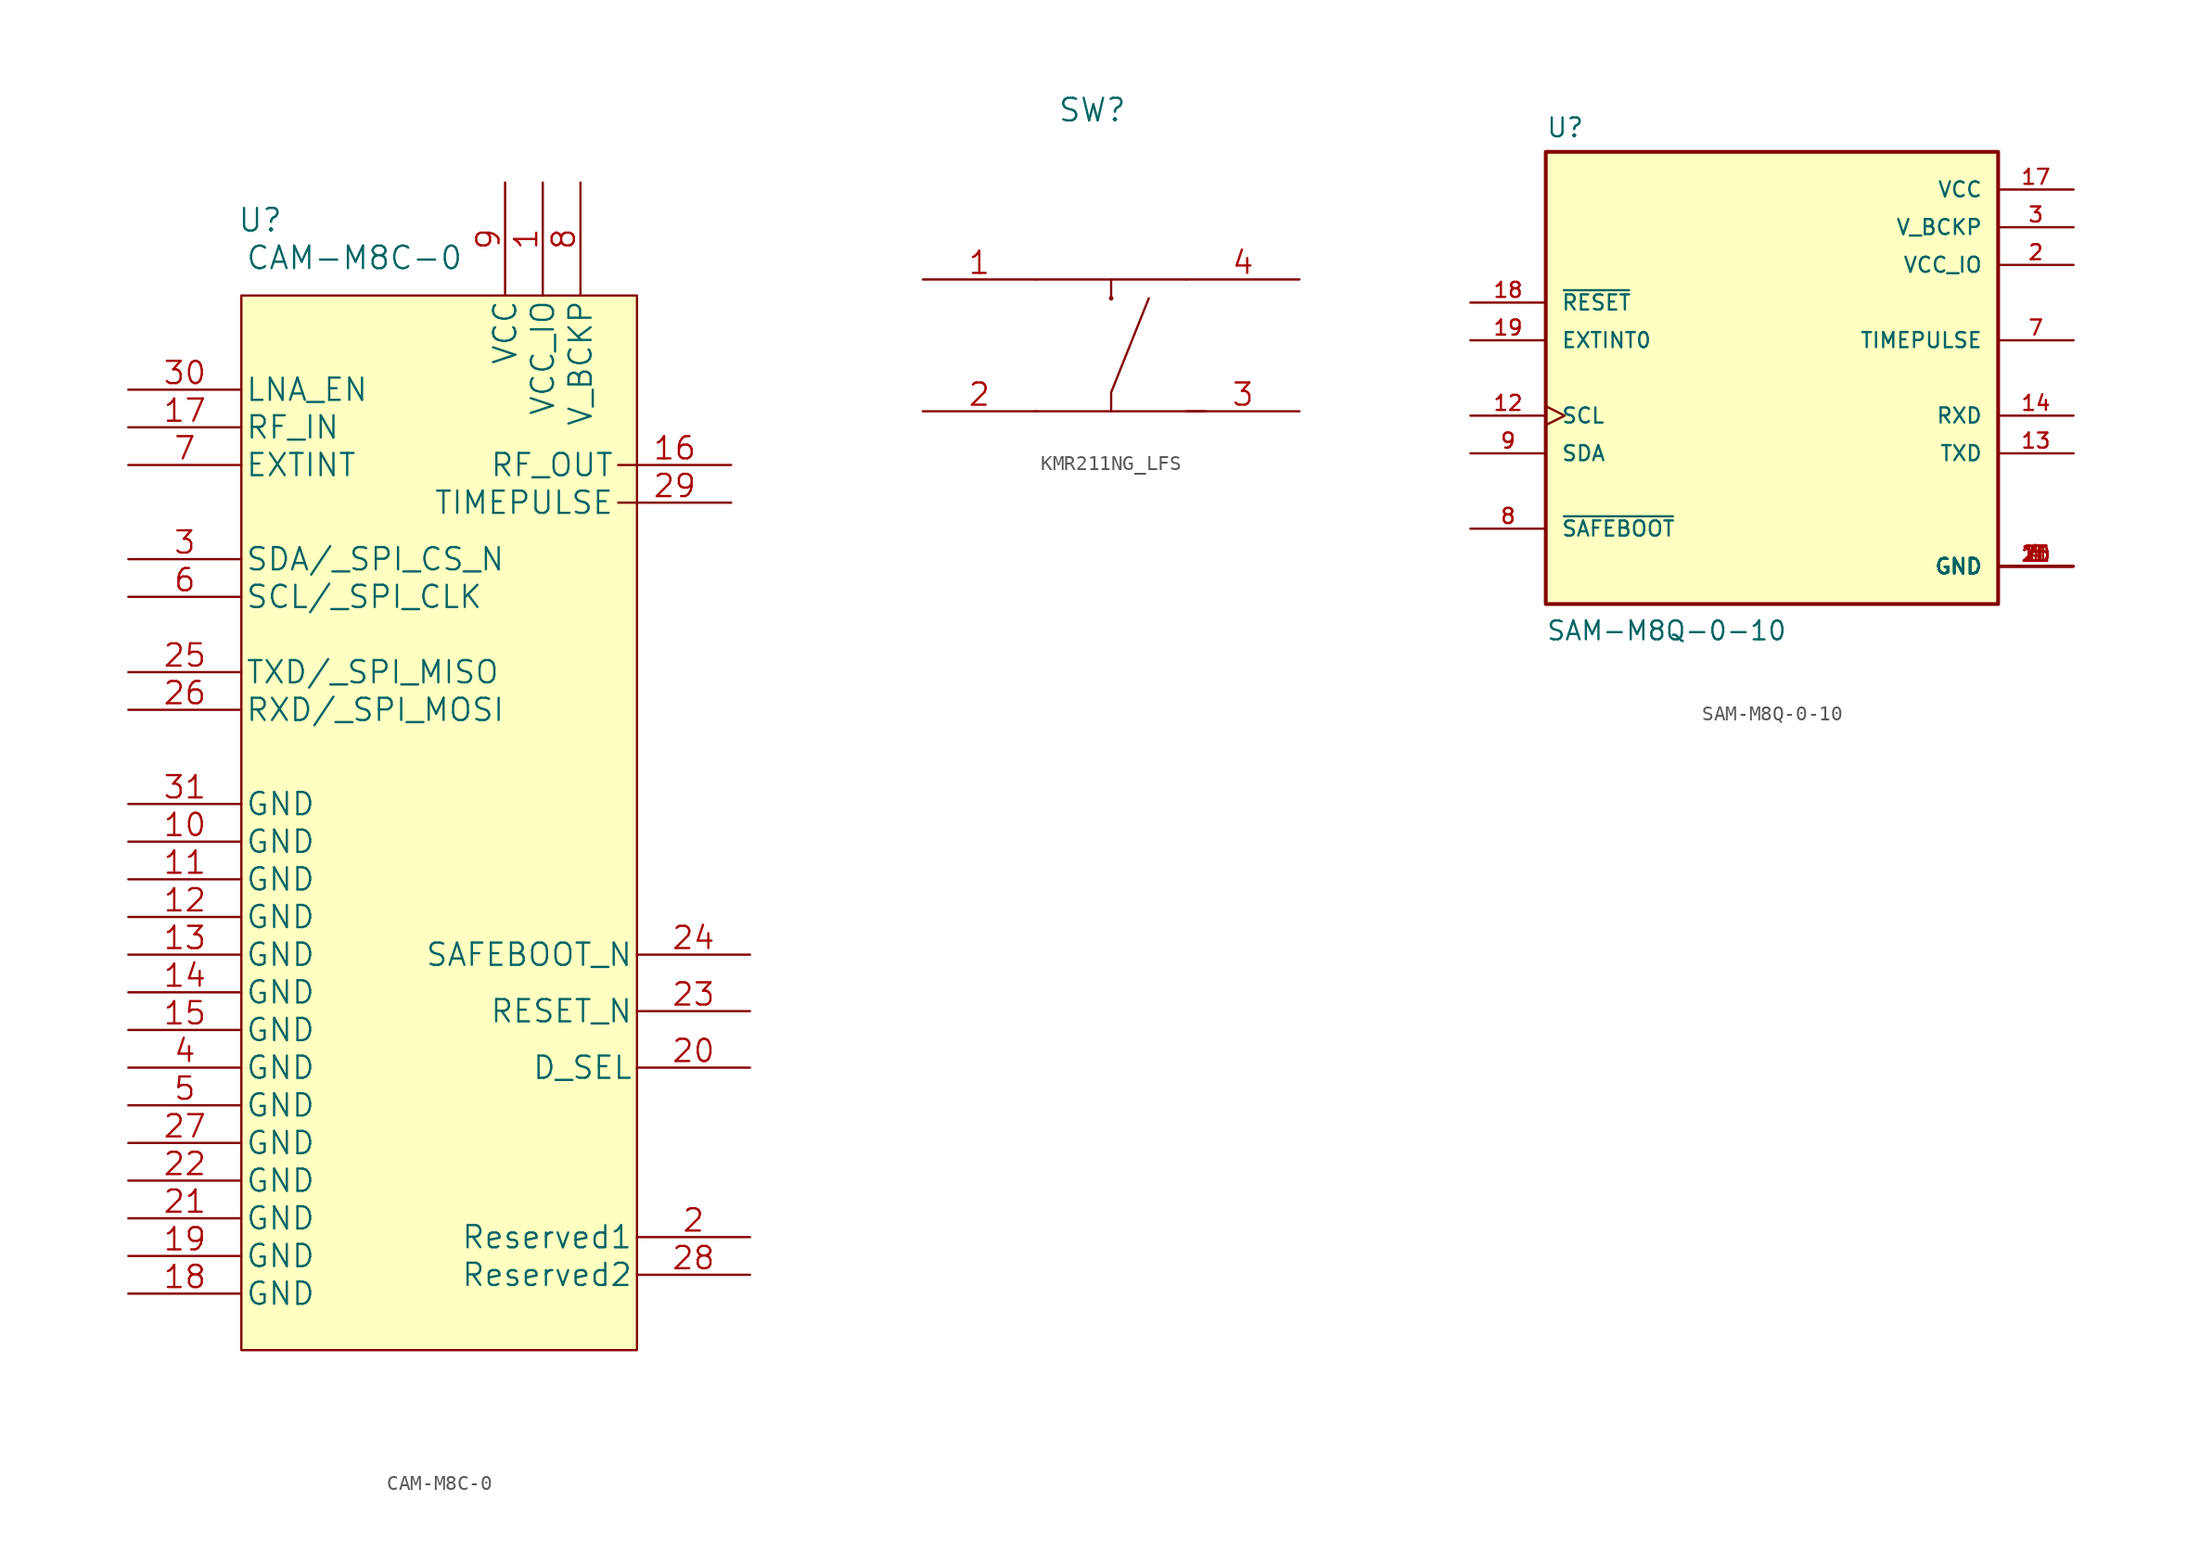
<source format=kicad_sym>
(kicad_symbol_lib
  (version 20211014)
  (generator kicad_symbol_editor)
  (symbol "CAM-M8C-0"
    (pin_names
      (offset 0.254))
    (property "Reference" "U"
      (at 1.27 5.08 0)
      (effects (font (size 1.524 1.524))))
    (property "Value" "CAM-M8C-0"
      (at 7.62 2.54 0)
      (effects (font (size 1.524 1.524))))
    (property "Datasheet" ""
      (at -7.62 -3.81 0)
      (effects (font (size 1.524 1.524))))
    (property "ki_locked" ""
      (at 0 0 0)
      (effects (font (size 1.27 1.27))))
    (symbol "CAM-M8C-0_1_1"
      (rectangle (start 0 0) (end 26.67 -71.12) (stroke (width 0.152) (type default) (color 0 0 0 0)) (fill (type background)))
      (pin power_in line (at 20.32 7.62 270) (length 7.62) (name "VCC_IO" (effects (font (size 1.499 1.499)))) (number "1" (effects (font (size 1.499 1.499)))))
      (pin power_in line (at -7.62 -36.83 0) (length 7.62) (name "GND" (effects (font (size 1.499 1.499)))) (number "10" (effects (font (size 1.499 1.499)))))
      (pin power_in line (at -7.62 -39.37 0) (length 7.62) (name "GND" (effects (font (size 1.499 1.499)))) (number "11" (effects (font (size 1.499 1.499)))))
      (pin power_in line (at -7.62 -41.91 0) (length 7.62) (name "GND" (effects (font (size 1.499 1.499)))) (number "12" (effects (font (size 1.499 1.499)))))
      (pin power_in line (at -7.62 -44.45 0) (length 7.62) (name "GND" (effects (font (size 1.499 1.499)))) (number "13" (effects (font (size 1.499 1.499)))))
      (pin power_in line (at -7.62 -46.99 0) (length 7.62) (name "GND" (effects (font (size 1.499 1.499)))) (number "14" (effects (font (size 1.499 1.499)))))
      (pin power_in line (at -7.62 -49.53 0) (length 7.62) (name "GND" (effects (font (size 1.499 1.499)))) (number "15" (effects (font (size 1.499 1.499)))))
      (pin output line (at 33.02 -11.43 180) (length 7.62) (name "RF_OUT" (effects (font (size 1.499 1.499)))) (number "16" (effects (font (size 1.499 1.499)))))
      (pin input line (at -7.62 -8.89 0) (length 7.62) (name "RF_IN" (effects (font (size 1.499 1.499)))) (number "17" (effects (font (size 1.499 1.499)))))
      (pin power_in line (at -7.62 -67.31 0) (length 7.62) (name "GND" (effects (font (size 1.499 1.499)))) (number "18" (effects (font (size 1.499 1.499)))))
      (pin power_in line (at -7.62 -64.77 0) (length 7.62) (name "GND" (effects (font (size 1.499 1.499)))) (number "19" (effects (font (size 1.499 1.499)))))
      (pin unspecified line (at 34.29 -63.5 180) (length 7.62) (name "Reserved1" (effects (font (size 1.499 1.499)))) (number "2" (effects (font (size 1.499 1.499)))))
      (pin unspecified line (at 34.29 -52.07 180) (length 7.62) (name "D_SEL" (effects (font (size 1.499 1.499)))) (number "20" (effects (font (size 1.499 1.499)))))
      (pin power_in line (at -7.62 -62.23 0) (length 7.62) (name "GND" (effects (font (size 1.499 1.499)))) (number "21" (effects (font (size 1.499 1.499)))))
      (pin power_in line (at -7.62 -59.69 0) (length 7.62) (name "GND" (effects (font (size 1.499 1.499)))) (number "22" (effects (font (size 1.499 1.499)))))
      (pin unspecified line (at 34.29 -48.26 180) (length 7.62) (name "RESET_N" (effects (font (size 1.499 1.499)))) (number "23" (effects (font (size 1.499 1.499)))))
      (pin unspecified line (at 34.29 -44.45 180) (length 7.62) (name "SAFEBOOT_N" (effects (font (size 1.499 1.499)))) (number "24" (effects (font (size 1.499 1.499)))))
      (pin output line (at -7.62 -25.4 0) (length 7.62) (name "TXD/_SPI_MISO" (effects (font (size 1.499 1.499)))) (number "25" (effects (font (size 1.499 1.499)))))
      (pin input line (at -7.62 -27.94 0) (length 7.62) (name "RXD/_SPI_MOSI" (effects (font (size 1.499 1.499)))) (number "26" (effects (font (size 1.499 1.499)))))
      (pin power_in line (at -7.62 -57.15 0) (length 7.62) (name "GND" (effects (font (size 1.499 1.499)))) (number "27" (effects (font (size 1.499 1.499)))))
      (pin unspecified line (at 34.29 -66.04 180) (length 7.62) (name "Reserved2" (effects (font (size 1.499 1.499)))) (number "28" (effects (font (size 1.499 1.499)))))
      (pin output line (at 33.02 -13.97 180) (length 7.62) (name "TIMEPULSE" (effects (font (size 1.499 1.499)))) (number "29" (effects (font (size 1.499 1.499)))))
      (pin bidirectional line (at -7.62 -17.78 0) (length 7.62) (name "SDA/_SPI_CS_N" (effects (font (size 1.499 1.499)))) (number "3" (effects (font (size 1.499 1.499)))))
      (pin unspecified line (at -7.62 -6.35 0) (length 7.62) (name "LNA_EN" (effects (font (size 1.499 1.499)))) (number "30" (effects (font (size 1.499 1.499)))))
      (pin power_in line (at -7.62 -34.29 0) (length 7.62) (name "GND" (effects (font (size 1.499 1.499)))) (number "31" (effects (font (size 1.499 1.499)))))
      (pin power_in line (at -7.62 -52.07 0) (length 7.62) (name "GND" (effects (font (size 1.499 1.499)))) (number "4" (effects (font (size 1.499 1.499)))))
      (pin power_in line (at -7.62 -54.61 0) (length 7.62) (name "GND" (effects (font (size 1.499 1.499)))) (number "5" (effects (font (size 1.499 1.499)))))
      (pin input line (at -7.62 -20.32 0) (length 7.62) (name "SCL/_SPI_CLK" (effects (font (size 1.499 1.499)))) (number "6" (effects (font (size 1.499 1.499)))))
      (pin input line (at -7.62 -11.43 0) (length 7.62) (name "EXTINT" (effects (font (size 1.499 1.499)))) (number "7" (effects (font (size 1.499 1.499)))))
      (pin power_in line (at 22.86 7.62 270) (length 7.62) (name "V_BCKP" (effects (font (size 1.499 1.499)))) (number "8" (effects (font (size 1.499 1.499)))))
      (pin power_in line (at 17.78 7.62 270) (length 7.62) (name "VCC" (effects (font (size 1.499 1.499)))) (number "9" (effects (font (size 1.499 1.499)))))))
  (symbol "KMR211NG_LFS"
    (pin_names
      (offset 0) hide)
    (property "Reference" "SW"
      (at -1.27 15.24 0)
      (effects (font (size 1.524 1.524))))
    (symbol "KMR211NG_LFS_0_1"
      (polyline (pts (xy -5.08 -5.08) (xy 6.35 -5.08)) (stroke (width 0.152) (type default) (color 0 0 0 0)) (fill (type none)))
      (polyline (pts (xy 0 3.81) (xy 0 2.54)) (stroke (width 0.152) (type default) (color 0 0 0 0)) (fill (type none)))
      (polyline (pts (xy 5.08 3.81) (xy -5.08 3.81)) (stroke (width 0.152) (type default) (color 0 0 0 0)) (fill (type none)))
      (polyline (pts (xy 0 -5.08) (xy 0 -3.81) (xy 2.54 2.54)) (stroke (width 0.152) (type default) (color 0 0 0 0)) (fill (type none)))
      (circle (center 0 2.54) (radius 0.0001) (stroke (width 0.152) (type default) (color 0 0 0 0)) (fill (type none))))
    (symbol "KMR211NG_LFS_1_1"
      (pin unspecified line (at -12.7 3.81 0) (length 7.62) (name "1" (effects (font (size 1.499 1.499)))) (number "1" (effects (font (size 1.499 1.499)))))
      (pin unspecified line (at -12.7 -5.08 0) (length 7.62) (name "2" (effects (font (size 1.499 1.499)))) (number "2" (effects (font (size 1.499 1.499)))))
      (pin unspecified line (at 12.7 -5.08 180) (length 7.62) (name "3" (effects (font (size 1.499 1.499)))) (number "3" (effects (font (size 1.499 1.499)))))
      (pin unspecified line (at 12.7 3.81 180) (length 7.62) (name "4" (effects (font (size 1.499 1.499)))) (number "4" (effects (font (size 1.499 1.499)))))))
  (symbol "SAM-M8Q-0-10"
    (pin_names
      (offset 1.016))
    (property "Reference" "U"
      (at -15.24 16.129 0)
      (effects (font (size 1.27 1.27)) (justify left bottom)))
    (property "Value" "SAM-M8Q-0-10"
      (at -15.24 -17.78 0)
      (effects (font (size 1.27 1.27)) (justify left bottom)))
    (property "ki_locked" ""
      (at 0 0 0)
      (effects (font (size 1.27 1.27))))
    (symbol "SAM-M8Q-0-10_0_0"
      (rectangle (start -15.24 -15.24) (end 15.24 15.24) (stroke (width 0.254) (type default) (color 0 0 0 0)) (fill (type background)))
      (pin power_in line (at 20.32 -12.7 180) (length 5.08) (name "GND" (effects (font (size 1.016 1.016)))) (number "1" (effects (font (size 1.016 1.016)))))
      (pin power_in line (at 20.32 -12.7 180) (length 5.08) (name "GND" (effects (font (size 1.016 1.016)))) (number "10" (effects (font (size 1.016 1.016)))))
      (pin power_in line (at 20.32 -12.7 180) (length 5.08) (name "GND" (effects (font (size 1.016 1.016)))) (number "11" (effects (font (size 1.016 1.016)))))
      (pin input clock (at -20.32 -2.54 0) (length 5.08) (name "SCL" (effects (font (size 1.016 1.016)))) (number "12" (effects (font (size 1.016 1.016)))))
      (pin output line (at 20.32 -5.08 180) (length 5.08) (name "TXD" (effects (font (size 1.016 1.016)))) (number "13" (effects (font (size 1.016 1.016)))))
      (pin input line (at 20.32 -2.54 180) (length 5.08) (name "RXD" (effects (font (size 1.016 1.016)))) (number "14" (effects (font (size 1.016 1.016)))))
      (pin power_in line (at 20.32 -12.7 180) (length 5.08) (name "GND" (effects (font (size 1.016 1.016)))) (number "15" (effects (font (size 1.016 1.016)))))
      (pin power_in line (at 20.32 -12.7 180) (length 5.08) (name "GND" (effects (font (size 1.016 1.016)))) (number "16" (effects (font (size 1.016 1.016)))))
      (pin power_in line (at 20.32 12.7 180) (length 5.08) (name "VCC" (effects (font (size 1.016 1.016)))) (number "17" (effects (font (size 1.016 1.016)))))
      (pin input line (at -20.32 5.08 0) (length 5.08) (name "~{RESET}" (effects (font (size 1.016 1.016)))) (number "18" (effects (font (size 1.016 1.016)))))
      (pin input line (at -20.32 2.54 0) (length 5.08) (name "EXTINT0" (effects (font (size 1.016 1.016)))) (number "19" (effects (font (size 1.016 1.016)))))
      (pin power_in line (at 20.32 7.62 180) (length 5.08) (name "VCC_IO" (effects (font (size 1.016 1.016)))) (number "2" (effects (font (size 1.016 1.016)))))
      (pin power_in line (at 20.32 -12.7 180) (length 5.08) (name "GND" (effects (font (size 1.016 1.016)))) (number "20" (effects (font (size 1.016 1.016)))))
      (pin power_in line (at 20.32 10.16 180) (length 5.08) (name "V_BCKP" (effects (font (size 1.016 1.016)))) (number "3" (effects (font (size 1.016 1.016)))))
      (pin power_in line (at 20.32 -12.7 180) (length 5.08) (name "GND" (effects (font (size 1.016 1.016)))) (number "4" (effects (font (size 1.016 1.016)))))
      (pin power_in line (at 20.32 -12.7 180) (length 5.08) (name "GND" (effects (font (size 1.016 1.016)))) (number "5" (effects (font (size 1.016 1.016)))))
      (pin power_in line (at 20.32 -12.7 180) (length 5.08) (name "GND" (effects (font (size 1.016 1.016)))) (number "6" (effects (font (size 1.016 1.016)))))
      (pin output line (at 20.32 2.54 180) (length 5.08) (name "TIMEPULSE" (effects (font (size 1.016 1.016)))) (number "7" (effects (font (size 1.016 1.016)))))
      (pin input line (at -20.32 -10.16 0) (length 5.08) (name "~{SAFEBOOT}" (effects (font (size 1.016 1.016)))) (number "8" (effects (font (size 1.016 1.016)))))
      (pin bidirectional line (at -20.32 -5.08 0) (length 5.08) (name "SDA" (effects (font (size 1.016 1.016)))) (number "9" (effects (font (size 1.016 1.016))))))))
</source>
